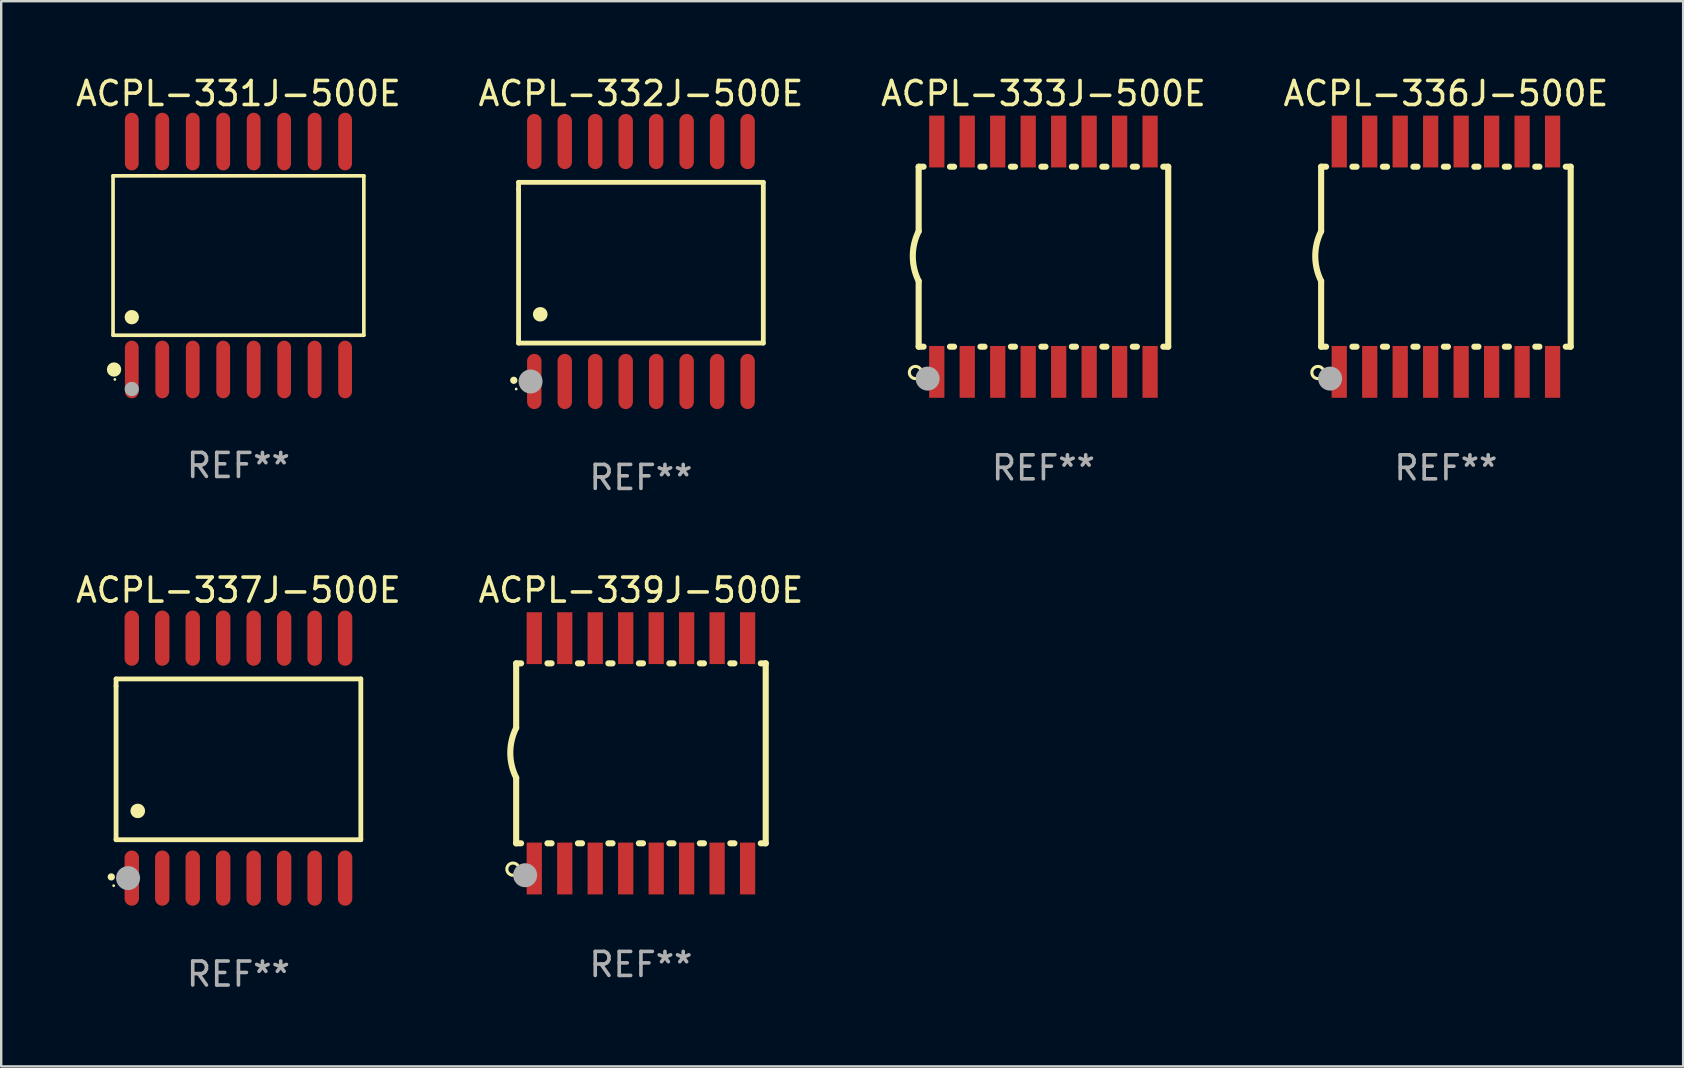
<source format=kicad_pcb>
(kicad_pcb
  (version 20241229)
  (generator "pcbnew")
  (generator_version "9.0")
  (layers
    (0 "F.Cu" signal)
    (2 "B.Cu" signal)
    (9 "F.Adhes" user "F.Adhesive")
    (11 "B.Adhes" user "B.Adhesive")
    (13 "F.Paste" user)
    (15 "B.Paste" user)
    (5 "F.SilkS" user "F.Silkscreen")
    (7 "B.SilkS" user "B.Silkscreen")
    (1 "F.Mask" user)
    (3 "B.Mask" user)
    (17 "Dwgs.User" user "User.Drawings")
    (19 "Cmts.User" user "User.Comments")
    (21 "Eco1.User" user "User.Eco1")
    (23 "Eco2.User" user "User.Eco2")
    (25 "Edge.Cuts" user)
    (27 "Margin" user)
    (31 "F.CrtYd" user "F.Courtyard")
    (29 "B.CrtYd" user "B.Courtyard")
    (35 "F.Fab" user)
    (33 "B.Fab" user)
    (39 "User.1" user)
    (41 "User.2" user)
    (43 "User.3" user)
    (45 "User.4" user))
  (footprint "ACPL-331J-500E"
    (layer "F.Cu")
    (at 6.887 7.599)
    (property "Reference" "ACPL-331J-500E" (at 0 -6.75 0) (layer "F.SilkS") (effects (font (size 1 1) (thickness 0.15))))
    (attr through_hole)
    (fp_line (start -5.226 -3.321) (end 5.226 -3.321) (stroke (width 0.152) (type solid)) (layer "F.SilkS"))
    (fp_line (start -5.226 3.321) (end -5.226 -3.321) (stroke (width 0.152) (type solid)) (layer "F.SilkS"))
    (fp_line (start 5.226 -3.321) (end 5.226 3.321) (stroke (width 0.152) (type solid)) (layer "F.SilkS"))
    (fp_line (start 5.226 3.321) (end -5.226 3.321) (stroke (width 0.152) (type solid)) (layer "F.SilkS"))
    (fp_circle (center -5.184 4.75) (end -5.034 4.75) (stroke (width 0.3) (type solid)) (fill no) (layer "F.SilkS"))
    (fp_circle (center -5.15 5.163) (end -5.12 5.163) (stroke (width 0.06) (type solid)) (fill no) (layer "F.SilkS"))
    (fp_circle (center -4.445 2.569) (end -4.295 2.569) (stroke (width 0.3) (type solid)) (fill no) (layer "F.SilkS"))
    (fp_circle (center -4.445 5.563) (end -4.295 5.563) (stroke (width 0.3) (type solid)) (fill no) (layer "F.Fab"))
    (fp_text user "REF**" (at 0 8.75 0) (layer "F.Fab") (effects (font (size 1 1) (thickness 0.15))))
    (pad "1" smd oval (at -4.445 4.75) (size 0.574 2.401) (layers "F.Cu" "F.Mask" "F.Paste"))
    (pad "2" smd oval (at -3.175 4.75) (size 0.574 2.401) (layers "F.Cu" "F.Mask" "F.Paste"))
    (pad "3" smd oval (at -1.905 4.75) (size 0.574 2.401) (layers "F.Cu" "F.Mask" "F.Paste"))
    (pad "4" smd oval (at -0.635 4.75) (size 0.574 2.401) (layers "F.Cu" "F.Mask" "F.Paste"))
    (pad "5" smd oval (at 0.635 4.75) (size 0.574 2.401) (layers "F.Cu" "F.Mask" "F.Paste"))
    (pad "6" smd oval (at 1.905 4.75) (size 0.574 2.401) (layers "F.Cu" "F.Mask" "F.Paste"))
    (pad "7" smd oval (at 3.175 4.75) (size 0.574 2.401) (layers "F.Cu" "F.Mask" "F.Paste"))
    (pad "8" smd oval (at 4.445 4.75) (size 0.574 2.401) (layers "F.Cu" "F.Mask" "F.Paste"))
    (pad "9" smd oval (at 4.445 -4.75) (size 0.574 2.401) (layers "F.Cu" "F.Mask" "F.Paste"))
    (pad "10" smd oval (at 3.175 -4.75) (size 0.574 2.401) (layers "F.Cu" "F.Mask" "F.Paste"))
    (pad "11" smd oval (at 1.905 -4.75) (size 0.574 2.401) (layers "F.Cu" "F.Mask" "F.Paste"))
    (pad "12" smd oval (at 0.635 -4.75) (size 0.574 2.401) (layers "F.Cu" "F.Mask" "F.Paste"))
    (pad "13" smd oval (at -0.635 -4.75) (size 0.574 2.401) (layers "F.Cu" "F.Mask" "F.Paste"))
    (pad "14" smd oval (at -1.905 -4.75) (size 0.574 2.401) (layers "F.Cu" "F.Mask" "F.Paste"))
    (pad "15" smd oval (at -3.175 -4.75) (size 0.574 2.401) (layers "F.Cu" "F.Mask" "F.Paste"))
    (pad "16" smd oval (at -4.445 -4.75) (size 0.574 2.401) (layers "F.Cu" "F.Mask" "F.Paste")))
  (footprint "ACPL-339J-500E"
    (layer "F.Cu")
    (at 23.661 28.345)
    (property "Reference" "ACPL-339J-500E" (at 0 -6.8 0) (layer "F.SilkS") (effects (font (size 1 1) (thickness 0.15))))
    (attr through_hole)
    (fp_line (start -5.2 -3.75) (end -5.2 -1.06) (stroke (width 0.254) (type solid)) (layer "F.SilkS"))
    (fp_line (start -5.2 -3.75) (end -4.994 -3.75) (stroke (width 0.254) (type solid)) (layer "F.SilkS"))
    (fp_line (start -5.2 3.75) (end -5.2 1.016) (stroke (width 0.254) (type solid)) (layer "F.SilkS"))
    (fp_line (start -5.2 3.75) (end -4.994 3.75) (stroke (width 0.254) (type solid)) (layer "F.SilkS"))
    (fp_line (start -3.896 -3.75) (end -3.724 -3.75) (stroke (width 0.254) (type solid)) (layer "F.SilkS"))
    (fp_line (start -3.896 3.75) (end -3.724 3.75) (stroke (width 0.254) (type solid)) (layer "F.SilkS"))
    (fp_line (start -2.626 -3.75) (end -2.454 -3.75) (stroke (width 0.254) (type solid)) (layer "F.SilkS"))
    (fp_line (start -2.626 3.75) (end -2.454 3.75) (stroke (width 0.254) (type solid)) (layer "F.SilkS"))
    (fp_line (start -1.356 -3.75) (end -1.184 -3.75) (stroke (width 0.254) (type solid)) (layer "F.SilkS"))
    (fp_line (start -1.356 3.75) (end -1.184 3.75) (stroke (width 0.254) (type solid)) (layer "F.SilkS"))
    (fp_line (start -0.086 -3.75) (end 0.086 -3.75) (stroke (width 0.254) (type solid)) (layer "F.SilkS"))
    (fp_line (start -0.086 3.75) (end 0.086 3.75) (stroke (width 0.254) (type solid)) (layer "F.SilkS"))
    (fp_line (start 1.184 -3.75) (end 1.356 -3.75) (stroke (width 0.254) (type solid)) (layer "F.SilkS"))
    (fp_line (start 1.184 3.75) (end 1.356 3.75) (stroke (width 0.254) (type solid)) (layer "F.SilkS"))
    (fp_line (start 2.454 -3.75) (end 2.626 -3.75) (stroke (width 0.254) (type solid)) (layer "F.SilkS"))
    (fp_line (start 2.454 3.75) (end 2.626 3.75) (stroke (width 0.254) (type solid)) (layer "F.SilkS"))
    (fp_line (start 3.724 -3.75) (end 3.896 -3.75) (stroke (width 0.254) (type solid)) (layer "F.SilkS"))
    (fp_line (start 3.724 3.75) (end 3.896 3.75) (stroke (width 0.254) (type solid)) (layer "F.SilkS"))
    (fp_line (start 4.994 -3.75) (end 5.2 -3.75) (stroke (width 0.254) (type solid)) (layer "F.SilkS"))
    (fp_line (start 4.994 3.75) (end 5.2 3.75) (stroke (width 0.254) (type solid)) (layer "F.SilkS"))
    (fp_line (start 5.2 3.75) (end 5.2 -3.75) (stroke (width 0.254) (type solid)) (layer "F.SilkS"))
    (fp_arc (start -5.199391 1.016002) (mid -5.444637 -0.021925) (end -5.2 -1.059995) (stroke (width 0.254001) (type solid)) (layer "F.SilkS"))
    (fp_circle (center -5.334 4.826) (end -5.08 4.826) (stroke (width 0.127) (type solid)) (fill no) (layer "F.SilkS"))
    (fp_circle (center -5.15 5.15) (end -5.12 5.15) (stroke (width 0.06) (type solid)) (fill no) (layer "F.SilkS"))
    (fp_circle (center -4.826 5.08) (end -4.576 5.08) (stroke (width 0.5) (type solid)) (fill no) (layer "F.Fab"))
    (fp_text user "REF**" (at 0 8.8 0) (layer "F.Fab") (effects (font (size 1 1) (thickness 0.15))))
    (pad "1" smd rect (at -4.445 4.8) (size 0.635 2.16) (layers "F.Cu" "F.Mask" "F.Paste"))
    (pad "2" smd rect (at -3.175 4.8) (size 0.635 2.16) (layers "F.Cu" "F.Mask" "F.Paste"))
    (pad "3" smd rect (at -1.905 4.8) (size 0.635 2.16) (layers "F.Cu" "F.Mask" "F.Paste"))
    (pad "4" smd rect (at -0.635 4.8) (size 0.635 2.16) (layers "F.Cu" "F.Mask" "F.Paste"))
    (pad "5" smd rect (at 0.635 4.8) (size 0.635 2.16) (layers "F.Cu" "F.Mask" "F.Paste"))
    (pad "6" smd rect (at 1.905 4.8) (size 0.635 2.16) (layers "F.Cu" "F.Mask" "F.Paste"))
    (pad "7" smd rect (at 3.175 4.8) (size 0.635 2.16) (layers "F.Cu" "F.Mask" "F.Paste"))
    (pad "8" smd rect (at 4.445 4.8) (size 0.635 2.16) (layers "F.Cu" "F.Mask" "F.Paste"))
    (pad "9" smd rect (at 4.445 -4.8) (size 0.635 2.16) (layers "F.Cu" "F.Mask" "F.Paste"))
    (pad "10" smd rect (at 3.175 -4.8) (size 0.635 2.16) (layers "F.Cu" "F.Mask" "F.Paste"))
    (pad "11" smd rect (at 1.905 -4.8) (size 0.635 2.16) (layers "F.Cu" "F.Mask" "F.Paste"))
    (pad "12" smd rect (at 0.635 -4.8) (size 0.635 2.16) (layers "F.Cu" "F.Mask" "F.Paste"))
    (pad "13" smd rect (at -0.635 -4.8) (size 0.635 2.16) (layers "F.Cu" "F.Mask" "F.Paste"))
    (pad "14" smd rect (at -1.905 -4.8) (size 0.635 2.16) (layers "F.Cu" "F.Mask" "F.Paste"))
    (pad "15" smd rect (at -3.175 -4.8) (size 0.635 2.16) (layers "F.Cu" "F.Mask" "F.Paste"))
    (pad "16" smd rect (at -4.445 -4.8) (size 0.635 2.16) (layers "F.Cu" "F.Mask" "F.Paste")))
  (footprint "ACPL-336J-500E"
    (layer "F.Cu")
    (at 57.208 7.648)
    (property "Reference" "ACPL-336J-500E" (at 0 -6.8 0) (layer "F.SilkS") (effects (font (size 1 1) (thickness 0.15))))
    (attr through_hole)
    (fp_line (start -5.2 -3.75) (end -5.2 -1.06) (stroke (width 0.254) (type solid)) (layer "F.SilkS"))
    (fp_line (start -5.2 -3.75) (end -4.994 -3.75) (stroke (width 0.254) (type solid)) (layer "F.SilkS"))
    (fp_line (start -5.2 3.75) (end -5.2 1.016) (stroke (width 0.254) (type solid)) (layer "F.SilkS"))
    (fp_line (start -5.2 3.75) (end -4.994 3.75) (stroke (width 0.254) (type solid)) (layer "F.SilkS"))
    (fp_line (start -3.896 -3.75) (end -3.724 -3.75) (stroke (width 0.254) (type solid)) (layer "F.SilkS"))
    (fp_line (start -3.896 3.75) (end -3.724 3.75) (stroke (width 0.254) (type solid)) (layer "F.SilkS"))
    (fp_line (start -2.626 -3.75) (end -2.454 -3.75) (stroke (width 0.254) (type solid)) (layer "F.SilkS"))
    (fp_line (start -2.626 3.75) (end -2.454 3.75) (stroke (width 0.254) (type solid)) (layer "F.SilkS"))
    (fp_line (start -1.356 -3.75) (end -1.184 -3.75) (stroke (width 0.254) (type solid)) (layer "F.SilkS"))
    (fp_line (start -1.356 3.75) (end -1.184 3.75) (stroke (width 0.254) (type solid)) (layer "F.SilkS"))
    (fp_line (start -0.086 -3.75) (end 0.086 -3.75) (stroke (width 0.254) (type solid)) (layer "F.SilkS"))
    (fp_line (start -0.086 3.75) (end 0.086 3.75) (stroke (width 0.254) (type solid)) (layer "F.SilkS"))
    (fp_line (start 1.184 -3.75) (end 1.356 -3.75) (stroke (width 0.254) (type solid)) (layer "F.SilkS"))
    (fp_line (start 1.184 3.75) (end 1.356 3.75) (stroke (width 0.254) (type solid)) (layer "F.SilkS"))
    (fp_line (start 2.454 -3.75) (end 2.626 -3.75) (stroke (width 0.254) (type solid)) (layer "F.SilkS"))
    (fp_line (start 2.454 3.75) (end 2.626 3.75) (stroke (width 0.254) (type solid)) (layer "F.SilkS"))
    (fp_line (start 3.724 -3.75) (end 3.896 -3.75) (stroke (width 0.254) (type solid)) (layer "F.SilkS"))
    (fp_line (start 3.724 3.75) (end 3.896 3.75) (stroke (width 0.254) (type solid)) (layer "F.SilkS"))
    (fp_line (start 4.994 -3.75) (end 5.2 -3.75) (stroke (width 0.254) (type solid)) (layer "F.SilkS"))
    (fp_line (start 4.994 3.75) (end 5.2 3.75) (stroke (width 0.254) (type solid)) (layer "F.SilkS"))
    (fp_line (start 5.2 3.75) (end 5.2 -3.75) (stroke (width 0.254) (type solid)) (layer "F.SilkS"))
    (fp_arc (start -5.199391 1.016002) (mid -5.444637 -0.021925) (end -5.2 -1.059995) (stroke (width 0.254001) (type solid)) (layer "F.SilkS"))
    (fp_circle (center -5.334 4.826) (end -5.08 4.826) (stroke (width 0.127) (type solid)) (fill no) (layer "F.SilkS"))
    (fp_circle (center -5.15 5.15) (end -5.12 5.15) (stroke (width 0.06) (type solid)) (fill no) (layer "F.SilkS"))
    (fp_circle (center -4.826 5.08) (end -4.576 5.08) (stroke (width 0.5) (type solid)) (fill no) (layer "F.Fab"))
    (fp_text user "REF**" (at 0 8.8 0) (layer "F.Fab") (effects (font (size 1 1) (thickness 0.15))))
    (pad "1" smd rect (at -4.445 4.8) (size 0.635 2.16) (layers "F.Cu" "F.Mask" "F.Paste"))
    (pad "2" smd rect (at -3.175 4.8) (size 0.635 2.16) (layers "F.Cu" "F.Mask" "F.Paste"))
    (pad "3" smd rect (at -1.905 4.8) (size 0.635 2.16) (layers "F.Cu" "F.Mask" "F.Paste"))
    (pad "4" smd rect (at -0.635 4.8) (size 0.635 2.16) (layers "F.Cu" "F.Mask" "F.Paste"))
    (pad "5" smd rect (at 0.635 4.8) (size 0.635 2.16) (layers "F.Cu" "F.Mask" "F.Paste"))
    (pad "6" smd rect (at 1.905 4.8) (size 0.635 2.16) (layers "F.Cu" "F.Mask" "F.Paste"))
    (pad "7" smd rect (at 3.175 4.8) (size 0.635 2.16) (layers "F.Cu" "F.Mask" "F.Paste"))
    (pad "8" smd rect (at 4.445 4.8) (size 0.635 2.16) (layers "F.Cu" "F.Mask" "F.Paste"))
    (pad "9" smd rect (at 4.445 -4.8) (size 0.635 2.16) (layers "F.Cu" "F.Mask" "F.Paste"))
    (pad "10" smd rect (at 3.175 -4.8) (size 0.635 2.16) (layers "F.Cu" "F.Mask" "F.Paste"))
    (pad "11" smd rect (at 1.905 -4.8) (size 0.635 2.16) (layers "F.Cu" "F.Mask" "F.Paste"))
    (pad "12" smd rect (at 0.635 -4.8) (size 0.635 2.16) (layers "F.Cu" "F.Mask" "F.Paste"))
    (pad "13" smd rect (at -0.635 -4.8) (size 0.635 2.16) (layers "F.Cu" "F.Mask" "F.Paste"))
    (pad "14" smd rect (at -1.905 -4.8) (size 0.635 2.16) (layers "F.Cu" "F.Mask" "F.Paste"))
    (pad "15" smd rect (at -3.175 -4.8) (size 0.635 2.16) (layers "F.Cu" "F.Mask" "F.Paste"))
    (pad "16" smd rect (at -4.445 -4.8) (size 0.635 2.16) (layers "F.Cu" "F.Mask" "F.Paste")))
  (footprint "ACPL-332J-500E"
    (layer "F.Cu")
    (at 23.661 7.848)
    (property "Reference" "ACPL-332J-500E" (at 0 -7 0) (layer "F.SilkS") (effects (font (size 1 1) (thickness 0.15))))
    (attr through_hole)
    (fp_line (start -5.1 -3.3) (end -5.1 -3) (stroke (width 0.2) (type solid)) (layer "F.SilkS"))
    (fp_line (start -5.1 -3) (end -5.1 3.4) (stroke (width 0.2) (type solid)) (layer "F.SilkS"))
    (fp_line (start -5.1 3.4) (end 5.1 3.4) (stroke (width 0.2) (type solid)) (layer "F.SilkS"))
    (fp_line (start 5.1 -3.3) (end -5.1 -3.3) (stroke (width 0.2) (type solid)) (layer "F.SilkS"))
    (fp_line (start 5.1 3.4) (end 5.1 -3.3) (stroke (width 0.2) (type solid)) (layer "F.SilkS"))
    (fp_arc (start -5.300991 4.950495) (mid -5.299721 4.95049) (end -5.298451 4.950495) (stroke (width 0.3) (type solid)) (layer "F.SilkS"))
    (fp_arc (start -4.2 2.200025) (mid -4.19619 2.200001) (end -4.19238 2.200025) (stroke (width 0.6) (type solid)) (layer "F.SilkS"))
    (fp_circle (center -5.2 5.315) (end -5.17 5.315) (stroke (width 0.06) (type solid)) (fill no) (layer "F.SilkS"))
    (fp_circle (center -4.6 5) (end -4.35 5) (stroke (width 0.5) (type solid)) (fill no) (layer "F.Fab"))
    (fp_text user "REF**" (at 0 9 0) (layer "F.Fab") (effects (font (size 1 1) (thickness 0.15))))
    (pad "1" smd oval (at -4.445 5 180) (size 0.6 2.3) (layers "F.Cu" "F.Mask" "F.Paste"))
    (pad "2" smd oval (at -3.175 5 180) (size 0.6 2.3) (layers "F.Cu" "F.Mask" "F.Paste"))
    (pad "3" smd oval (at -1.905 5 180) (size 0.6 2.3) (layers "F.Cu" "F.Mask" "F.Paste"))
    (pad "4" smd oval (at -0.635 5 180) (size 0.6 2.3) (layers "F.Cu" "F.Mask" "F.Paste"))
    (pad "5" smd oval (at 0.635 5 180) (size 0.6 2.3) (layers "F.Cu" "F.Mask" "F.Paste"))
    (pad "6" smd oval (at 1.905 5 180) (size 0.6 2.3) (layers "F.Cu" "F.Mask" "F.Paste"))
    (pad "7" smd oval (at 3.175 5 180) (size 0.6 2.3) (layers "F.Cu" "F.Mask" "F.Paste"))
    (pad "8" smd oval (at 4.445 5 180) (size 0.6 2.3) (layers "F.Cu" "F.Mask" "F.Paste"))
    (pad "9" smd oval (at 4.445 -5 180) (size 0.6 2.3) (layers "F.Cu" "F.Mask" "F.Paste"))
    (pad "10" smd oval (at 3.175 -5 180) (size 0.6 2.3) (layers "F.Cu" "F.Mask" "F.Paste"))
    (pad "11" smd oval (at 1.905 -5 180) (size 0.6 2.3) (layers "F.Cu" "F.Mask" "F.Paste"))
    (pad "12" smd oval (at 0.635 -5 180) (size 0.6 2.3) (layers "F.Cu" "F.Mask" "F.Paste"))
    (pad "13" smd oval (at -0.635 -5 180) (size 0.6 2.3) (layers "F.Cu" "F.Mask" "F.Paste"))
    (pad "14" smd oval (at -1.905 -5 180) (size 0.6 2.3) (layers "F.Cu" "F.Mask" "F.Paste"))
    (pad "15" smd oval (at -3.175 -5 180) (size 0.6 2.3) (layers "F.Cu" "F.Mask" "F.Paste"))
    (pad "16" smd oval (at -4.445 -5 180) (size 0.6 2.3) (layers "F.Cu" "F.Mask" "F.Paste")))
  (footprint "ACPL-333J-500E"
    (layer "F.Cu")
    (at 40.435 7.648)
    (property "Reference" "ACPL-333J-500E" (at 0 -6.8 0) (layer "F.SilkS") (effects (font (size 1 1) (thickness 0.15))))
    (attr through_hole)
    (fp_line (start -5.2 -3.75) (end -5.2 -1.06) (stroke (width 0.254) (type solid)) (layer "F.SilkS"))
    (fp_line (start -5.2 -3.75) (end -4.994 -3.75) (stroke (width 0.254) (type solid)) (layer "F.SilkS"))
    (fp_line (start -5.2 3.75) (end -5.2 1.016) (stroke (width 0.254) (type solid)) (layer "F.SilkS"))
    (fp_line (start -5.2 3.75) (end -4.994 3.75) (stroke (width 0.254) (type solid)) (layer "F.SilkS"))
    (fp_line (start -3.896 -3.75) (end -3.724 -3.75) (stroke (width 0.254) (type solid)) (layer "F.SilkS"))
    (fp_line (start -3.896 3.75) (end -3.724 3.75) (stroke (width 0.254) (type solid)) (layer "F.SilkS"))
    (fp_line (start -2.626 -3.75) (end -2.454 -3.75) (stroke (width 0.254) (type solid)) (layer "F.SilkS"))
    (fp_line (start -2.626 3.75) (end -2.454 3.75) (stroke (width 0.254) (type solid)) (layer "F.SilkS"))
    (fp_line (start -1.356 -3.75) (end -1.184 -3.75) (stroke (width 0.254) (type solid)) (layer "F.SilkS"))
    (fp_line (start -1.356 3.75) (end -1.184 3.75) (stroke (width 0.254) (type solid)) (layer "F.SilkS"))
    (fp_line (start -0.086 -3.75) (end 0.086 -3.75) (stroke (width 0.254) (type solid)) (layer "F.SilkS"))
    (fp_line (start -0.086 3.75) (end 0.086 3.75) (stroke (width 0.254) (type solid)) (layer "F.SilkS"))
    (fp_line (start 1.184 -3.75) (end 1.356 -3.75) (stroke (width 0.254) (type solid)) (layer "F.SilkS"))
    (fp_line (start 1.184 3.75) (end 1.356 3.75) (stroke (width 0.254) (type solid)) (layer "F.SilkS"))
    (fp_line (start 2.454 -3.75) (end 2.626 -3.75) (stroke (width 0.254) (type solid)) (layer "F.SilkS"))
    (fp_line (start 2.454 3.75) (end 2.626 3.75) (stroke (width 0.254) (type solid)) (layer "F.SilkS"))
    (fp_line (start 3.724 -3.75) (end 3.896 -3.75) (stroke (width 0.254) (type solid)) (layer "F.SilkS"))
    (fp_line (start 3.724 3.75) (end 3.896 3.75) (stroke (width 0.254) (type solid)) (layer "F.SilkS"))
    (fp_line (start 4.994 -3.75) (end 5.2 -3.75) (stroke (width 0.254) (type solid)) (layer "F.SilkS"))
    (fp_line (start 4.994 3.75) (end 5.2 3.75) (stroke (width 0.254) (type solid)) (layer "F.SilkS"))
    (fp_line (start 5.2 3.75) (end 5.2 -3.75) (stroke (width 0.254) (type solid)) (layer "F.SilkS"))
    (fp_arc (start -5.199391 1.016002) (mid -5.444637 -0.021925) (end -5.2 -1.059995) (stroke (width 0.254001) (type solid)) (layer "F.SilkS"))
    (fp_circle (center -5.334 4.826) (end -5.08 4.826) (stroke (width 0.127) (type solid)) (fill no) (layer "F.SilkS"))
    (fp_circle (center -5.15 5.15) (end -5.12 5.15) (stroke (width 0.06) (type solid)) (fill no) (layer "F.SilkS"))
    (fp_circle (center -4.826 5.08) (end -4.576 5.08) (stroke (width 0.5) (type solid)) (fill no) (layer "F.Fab"))
    (fp_text user "REF**" (at 0 8.8 0) (layer "F.Fab") (effects (font (size 1 1) (thickness 0.15))))
    (pad "1" smd rect (at -4.445 4.8) (size 0.635 2.16) (layers "F.Cu" "F.Mask" "F.Paste"))
    (pad "2" smd rect (at -3.175 4.8) (size 0.635 2.16) (layers "F.Cu" "F.Mask" "F.Paste"))
    (pad "3" smd rect (at -1.905 4.8) (size 0.635 2.16) (layers "F.Cu" "F.Mask" "F.Paste"))
    (pad "4" smd rect (at -0.635 4.8) (size 0.635 2.16) (layers "F.Cu" "F.Mask" "F.Paste"))
    (pad "5" smd rect (at 0.635 4.8) (size 0.635 2.16) (layers "F.Cu" "F.Mask" "F.Paste"))
    (pad "6" smd rect (at 1.905 4.8) (size 0.635 2.16) (layers "F.Cu" "F.Mask" "F.Paste"))
    (pad "7" smd rect (at 3.175 4.8) (size 0.635 2.16) (layers "F.Cu" "F.Mask" "F.Paste"))
    (pad "8" smd rect (at 4.445 4.8) (size 0.635 2.16) (layers "F.Cu" "F.Mask" "F.Paste"))
    (pad "9" smd rect (at 4.445 -4.8) (size 0.635 2.16) (layers "F.Cu" "F.Mask" "F.Paste"))
    (pad "10" smd rect (at 3.175 -4.8) (size 0.635 2.16) (layers "F.Cu" "F.Mask" "F.Paste"))
    (pad "11" smd rect (at 1.905 -4.8) (size 0.635 2.16) (layers "F.Cu" "F.Mask" "F.Paste"))
    (pad "12" smd rect (at 0.635 -4.8) (size 0.635 2.16) (layers "F.Cu" "F.Mask" "F.Paste"))
    (pad "13" smd rect (at -0.635 -4.8) (size 0.635 2.16) (layers "F.Cu" "F.Mask" "F.Paste"))
    (pad "14" smd rect (at -1.905 -4.8) (size 0.635 2.16) (layers "F.Cu" "F.Mask" "F.Paste"))
    (pad "15" smd rect (at -3.175 -4.8) (size 0.635 2.16) (layers "F.Cu" "F.Mask" "F.Paste"))
    (pad "16" smd rect (at -4.445 -4.8) (size 0.635 2.16) (layers "F.Cu" "F.Mask" "F.Paste")))
  (footprint "ACPL-337J-500E"
    (layer "F.Cu")
    (at 6.887 28.545)
    (property "Reference" "ACPL-337J-500E" (at 0 -7 0) (layer "F.SilkS") (effects (font (size 1 1) (thickness 0.15))))
    (attr through_hole)
    (fp_line (start -5.1 -3.3) (end -5.1 -3) (stroke (width 0.2) (type solid)) (layer "F.SilkS"))
    (fp_line (start -5.1 -3) (end -5.1 3.4) (stroke (width 0.2) (type solid)) (layer "F.SilkS"))
    (fp_line (start -5.1 3.4) (end 5.1 3.4) (stroke (width 0.2) (type solid)) (layer "F.SilkS"))
    (fp_line (start 5.1 -3.3) (end -5.1 -3.3) (stroke (width 0.2) (type solid)) (layer "F.SilkS"))
    (fp_line (start 5.1 3.4) (end 5.1 -3.3) (stroke (width 0.2) (type solid)) (layer "F.SilkS"))
    (fp_arc (start -5.300991 4.950495) (mid -5.299721 4.95049) (end -5.298451 4.950495) (stroke (width 0.3) (type solid)) (layer "F.SilkS"))
    (fp_arc (start -4.2 2.200025) (mid -4.19619 2.200001) (end -4.19238 2.200025) (stroke (width 0.6) (type solid)) (layer "F.SilkS"))
    (fp_circle (center -5.2 5.315) (end -5.17 5.315) (stroke (width 0.06) (type solid)) (fill no) (layer "F.SilkS"))
    (fp_circle (center -4.6 5) (end -4.35 5) (stroke (width 0.5) (type solid)) (fill no) (layer "F.Fab"))
    (fp_text user "REF**" (at 0 9 0) (layer "F.Fab") (effects (font (size 1 1) (thickness 0.15))))
    (pad "1" smd oval (at -4.445 5 180) (size 0.6 2.3) (layers "F.Cu" "F.Mask" "F.Paste"))
    (pad "2" smd oval (at -3.175 5 180) (size 0.6 2.3) (layers "F.Cu" "F.Mask" "F.Paste"))
    (pad "3" smd oval (at -1.905 5 180) (size 0.6 2.3) (layers "F.Cu" "F.Mask" "F.Paste"))
    (pad "4" smd oval (at -0.635 5 180) (size 0.6 2.3) (layers "F.Cu" "F.Mask" "F.Paste"))
    (pad "5" smd oval (at 0.635 5 180) (size 0.6 2.3) (layers "F.Cu" "F.Mask" "F.Paste"))
    (pad "6" smd oval (at 1.905 5 180) (size 0.6 2.3) (layers "F.Cu" "F.Mask" "F.Paste"))
    (pad "7" smd oval (at 3.175 5 180) (size 0.6 2.3) (layers "F.Cu" "F.Mask" "F.Paste"))
    (pad "8" smd oval (at 4.445 5 180) (size 0.6 2.3) (layers "F.Cu" "F.Mask" "F.Paste"))
    (pad "9" smd oval (at 4.445 -5 180) (size 0.6 2.3) (layers "F.Cu" "F.Mask" "F.Paste"))
    (pad "10" smd oval (at 3.175 -5 180) (size 0.6 2.3) (layers "F.Cu" "F.Mask" "F.Paste"))
    (pad "11" smd oval (at 1.905 -5 180) (size 0.6 2.3) (layers "F.Cu" "F.Mask" "F.Paste"))
    (pad "12" smd oval (at 0.635 -5 180) (size 0.6 2.3) (layers "F.Cu" "F.Mask" "F.Paste"))
    (pad "13" smd oval (at -0.635 -5 180) (size 0.6 2.3) (layers "F.Cu" "F.Mask" "F.Paste"))
    (pad "14" smd oval (at -1.905 -5 180) (size 0.6 2.3) (layers "F.Cu" "F.Mask" "F.Paste"))
    (pad "15" smd oval (at -3.175 -5 180) (size 0.6 2.3) (layers "F.Cu" "F.Mask" "F.Paste"))
    (pad "16" smd oval (at -4.445 -5 180) (size 0.6 2.3) (layers "F.Cu" "F.Mask" "F.Paste")))
  (gr_rect
    (start -3 -3)
    (end 67.095 41.393)
    (stroke (width 0.1) (type default))
    (fill no)
    (layer "Edge.Cuts")))
</source>
